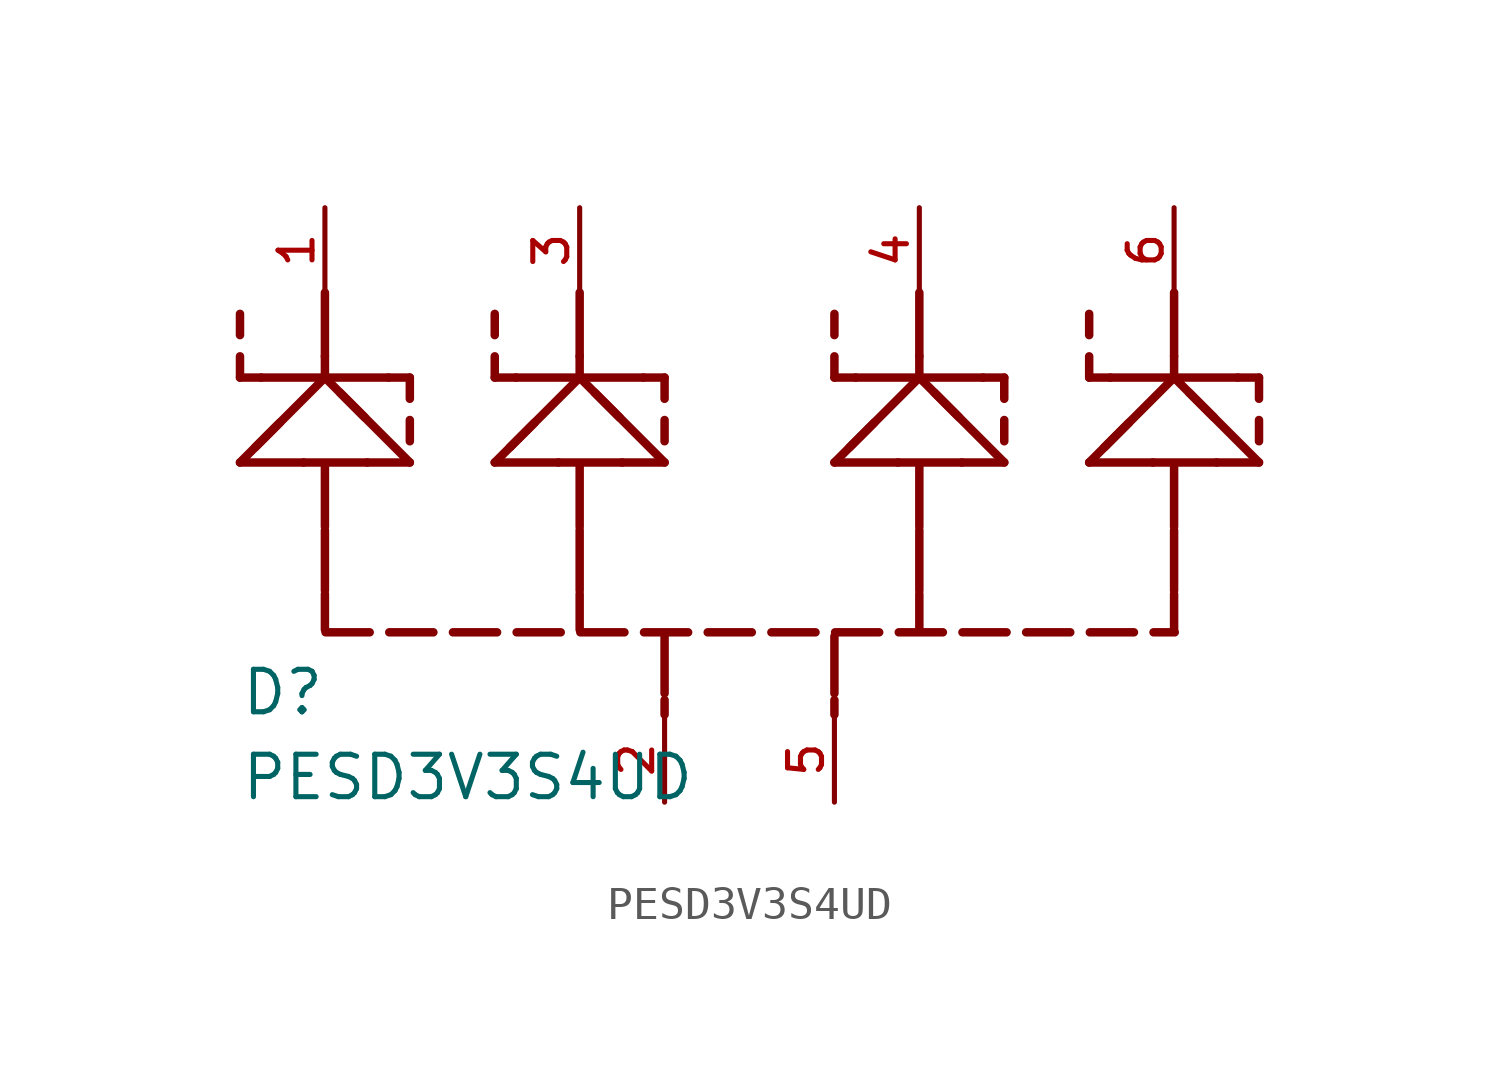
<source format=kicad_sym>
(kicad_symbol_lib
  (version 20211014)
  (generator kicad_symbol_editor)
  (symbol "PESD3V3S4UD"
    (pin_names
      (offset 1.016))
    (property "Reference" "D"
      (at -15.24 -7.62 0)
      (effects (font (size 1.27 1.27)) (justify bottom left)))
    (property "Value" "PESD3V3S4UD"
      (at -15.24 -10.16 0)
      (effects (font (size 1.27 1.27)) (justify bottom left)))
    (symbol "PESD3V3S4UD_0_0"
      (polyline (pts (xy -12.7 2.54) (xy -14.791 0.449)) (stroke (width 0.254)))
      (polyline (pts (xy -14.047 1.193) (xy -15.24 0.0)) (stroke (width 0.254)))
      (polyline (pts (xy -15.24 0.0) (xy -13.335 0.0)) (stroke (width 0.254)))
      (polyline (pts (xy -13.335 0.0) (xy -11.43 0.0)) (stroke (width 0.254)))
      (polyline (pts (xy -11.43 0.0) (xy -10.16 0.0)) (stroke (width 0.254)))
      (polyline (pts (xy -10.16 0.0) (xy -12.251 2.091)) (stroke (width 0.254)))
      (polyline (pts (xy -11.507 1.347) (xy -12.7 2.54)) (stroke (width 0.254)))
      (polyline (pts (xy -12.7 2.54) (xy -14.605 2.54)) (stroke (width 0.254)))
      (polyline (pts (xy -14.605 2.54) (xy -15.24 2.54)) (stroke (width 0.254)))
      (polyline (pts (xy -12.7 2.54) (xy -10.795 2.54)) (stroke (width 0.254)))
      (polyline (pts (xy -10.795 2.54) (xy -10.16 2.54)) (stroke (width 0.254)))
      (polyline (pts (xy -15.24 2.54) (xy -15.24 3.175)) (stroke (width 0.254)))
      (polyline (pts (xy -15.24 4.445) (xy -15.24 3.81)) (stroke (width 0.254)))
      (polyline (pts (xy -10.16 2.54) (xy -10.16 1.905)) (stroke (width 0.254)))
      (polyline (pts (xy -10.16 0.635) (xy -10.16 1.27)) (stroke (width 0.254)))
      (polyline (pts (xy -12.7 5.08) (xy -12.7 3.175)) (stroke (width 0.254)))
      (polyline (pts (xy -12.7 3.175) (xy -12.7 2.54)) (stroke (width 0.254)))
      (polyline (pts (xy -12.7 -0.12) (xy -12.7 -1.925)) (stroke (width 0.254)))
      (polyline (pts (xy -12.7 -2.025) (xy -12.7 -3.83)) (stroke (width 0.254)))
      (polyline (pts (xy -12.7 -3.93) (xy -12.7 -5.0)) (stroke (width 0.254)))
      (polyline (pts (xy -5.08 2.54) (xy -7.171 0.449)) (stroke (width 0.254)))
      (polyline (pts (xy -6.427 1.193) (xy -7.62 0.0)) (stroke (width 0.254)))
      (polyline (pts (xy -7.62 0.0) (xy -5.715 0.0)) (stroke (width 0.254)))
      (polyline (pts (xy -5.715 0.0) (xy -3.81 0.0)) (stroke (width 0.254)))
      (polyline (pts (xy -3.81 0.0) (xy -2.54 0.0)) (stroke (width 0.254)))
      (polyline (pts (xy -2.54 0.0) (xy -4.631 2.091)) (stroke (width 0.254)))
      (polyline (pts (xy -3.887 1.347) (xy -5.08 2.54)) (stroke (width 0.254)))
      (polyline (pts (xy -5.08 2.54) (xy -6.985 2.54)) (stroke (width 0.254)))
      (polyline (pts (xy -6.985 2.54) (xy -7.62 2.54)) (stroke (width 0.254)))
      (polyline (pts (xy -5.08 2.54) (xy -3.175 2.54)) (stroke (width 0.254)))
      (polyline (pts (xy -3.175 2.54) (xy -2.54 2.54)) (stroke (width 0.254)))
      (polyline (pts (xy -7.62 2.54) (xy -7.62 3.175)) (stroke (width 0.254)))
      (polyline (pts (xy -7.62 4.445) (xy -7.62 3.81)) (stroke (width 0.254)))
      (polyline (pts (xy -2.54 2.54) (xy -2.54 1.905)) (stroke (width 0.254)))
      (polyline (pts (xy -2.54 0.635) (xy -2.54 1.27)) (stroke (width 0.254)))
      (polyline (pts (xy -5.08 5.08) (xy -5.08 3.175)) (stroke (width 0.254)))
      (polyline (pts (xy -5.08 3.175) (xy -5.08 2.54)) (stroke (width 0.254)))
      (polyline (pts (xy -5.08 -0.12) (xy -5.08 -1.925)) (stroke (width 0.254)))
      (polyline (pts (xy -5.08 -2.025) (xy -5.08 -3.83)) (stroke (width 0.254)))
      (polyline (pts (xy -5.08 -3.93) (xy -5.08 -5.0)) (stroke (width 0.254)))
      (polyline (pts (xy 5.08 2.54) (xy 2.989 0.449)) (stroke (width 0.254)))
      (polyline (pts (xy 3.733 1.193) (xy 2.54 0.0)) (stroke (width 0.254)))
      (polyline (pts (xy 2.54 0.0) (xy 4.445 0.0)) (stroke (width 0.254)))
      (polyline (pts (xy 4.445 0.0) (xy 6.35 0.0)) (stroke (width 0.254)))
      (polyline (pts (xy 6.35 0.0) (xy 7.62 0.0)) (stroke (width 0.254)))
      (polyline (pts (xy 7.62 0.0) (xy 5.529 2.091)) (stroke (width 0.254)))
      (polyline (pts (xy 6.273 1.347) (xy 5.08 2.54)) (stroke (width 0.254)))
      (polyline (pts (xy 5.08 2.54) (xy 3.175 2.54)) (stroke (width 0.254)))
      (polyline (pts (xy 3.175 2.54) (xy 2.54 2.54)) (stroke (width 0.254)))
      (polyline (pts (xy 5.08 2.54) (xy 6.985 2.54)) (stroke (width 0.254)))
      (polyline (pts (xy 6.985 2.54) (xy 7.62 2.54)) (stroke (width 0.254)))
      (polyline (pts (xy 2.54 2.54) (xy 2.54 3.175)) (stroke (width 0.254)))
      (polyline (pts (xy 2.54 4.445) (xy 2.54 3.81)) (stroke (width 0.254)))
      (polyline (pts (xy 7.62 2.54) (xy 7.62 1.905)) (stroke (width 0.254)))
      (polyline (pts (xy 7.62 0.635) (xy 7.62 1.27)) (stroke (width 0.254)))
      (polyline (pts (xy 5.08 5.08) (xy 5.08 3.175)) (stroke (width 0.254)))
      (polyline (pts (xy 5.08 3.175) (xy 5.08 2.54)) (stroke (width 0.254)))
      (polyline (pts (xy 5.08 -0.12) (xy 5.08 -1.925)) (stroke (width 0.254)))
      (polyline (pts (xy 5.08 -2.025) (xy 5.08 -3.83)) (stroke (width 0.254)))
      (polyline (pts (xy 5.08 -3.93) (xy 5.08 -5.0)) (stroke (width 0.254)))
      (polyline (pts (xy 12.7 2.54) (xy 10.609 0.449)) (stroke (width 0.254)))
      (polyline (pts (xy 11.353 1.193) (xy 10.16 0.0)) (stroke (width 0.254)))
      (polyline (pts (xy 10.16 0.0) (xy 12.065 0.0)) (stroke (width 0.254)))
      (polyline (pts (xy 12.065 0.0) (xy 13.97 0.0)) (stroke (width 0.254)))
      (polyline (pts (xy 13.97 0.0) (xy 15.24 0.0)) (stroke (width 0.254)))
      (polyline (pts (xy 15.24 0.0) (xy 13.149 2.091)) (stroke (width 0.254)))
      (polyline (pts (xy 13.893 1.347) (xy 12.7 2.54)) (stroke (width 0.254)))
      (polyline (pts (xy 12.7 2.54) (xy 10.795 2.54)) (stroke (width 0.254)))
      (polyline (pts (xy 10.795 2.54) (xy 10.16 2.54)) (stroke (width 0.254)))
      (polyline (pts (xy 12.7 2.54) (xy 14.605 2.54)) (stroke (width 0.254)))
      (polyline (pts (xy 14.605 2.54) (xy 15.24 2.54)) (stroke (width 0.254)))
      (polyline (pts (xy 10.16 2.54) (xy 10.16 3.175)) (stroke (width 0.254)))
      (polyline (pts (xy 10.16 4.445) (xy 10.16 3.81)) (stroke (width 0.254)))
      (polyline (pts (xy 15.24 2.54) (xy 15.24 1.905)) (stroke (width 0.254)))
      (polyline (pts (xy 15.24 0.635) (xy 15.24 1.27)) (stroke (width 0.254)))
      (polyline (pts (xy 12.7 5.08) (xy 12.7 3.175)) (stroke (width 0.254)))
      (polyline (pts (xy 12.7 3.175) (xy 12.7 2.54)) (stroke (width 0.254)))
      (polyline (pts (xy 12.7 -0.12) (xy 12.7 -1.925)) (stroke (width 0.254)))
      (polyline (pts (xy 12.7 -2.025) (xy 12.7 -3.83)) (stroke (width 0.254)))
      (polyline (pts (xy 12.7 -3.93) (xy 12.7 -5.0)) (stroke (width 0.254)))
      (polyline (pts (xy -12.68 -5.08) (xy -11.361 -5.08)) (stroke (width 0.254)))
      (polyline (pts (xy -10.775 -5.08) (xy -9.456 -5.08)) (stroke (width 0.254)))
      (polyline (pts (xy -8.87 -5.08) (xy -7.551 -5.08)) (stroke (width 0.254)))
      (polyline (pts (xy -6.965 -5.08) (xy -5.646 -5.08)) (stroke (width 0.254)))
      (polyline (pts (xy -5.06 -5.08) (xy -3.741 -5.08)) (stroke (width 0.254)))
      (polyline (pts (xy -3.155 -5.08) (xy -1.836 -5.08)) (stroke (width 0.254)))
      (polyline (pts (xy -1.25 -5.08) (xy 0.069 -5.08)) (stroke (width 0.254)))
      (polyline (pts (xy 0.655 -5.08) (xy 1.974 -5.08)) (stroke (width 0.254)))
      (polyline (pts (xy 2.56 -5.08) (xy 3.879 -5.08)) (stroke (width 0.254)))
      (polyline (pts (xy 4.465 -5.08) (xy 5.784 -5.08)) (stroke (width 0.254)))
      (polyline (pts (xy 6.37 -5.08) (xy 7.689 -5.08)) (stroke (width 0.254)))
      (polyline (pts (xy 8.275 -5.08) (xy 9.594 -5.08)) (stroke (width 0.254)))
      (polyline (pts (xy 10.18 -5.08) (xy 11.499 -5.08)) (stroke (width 0.254)))
      (polyline (pts (xy 12.085 -5.08) (xy 12.72 -5.08)) (stroke (width 0.254)))
      (polyline (pts (xy -2.54 -5.2) (xy -2.54 -6.905)) (stroke (width 0.254)))
      (polyline (pts (xy -2.54 -7.105) (xy -2.54 -7.54)) (stroke (width 0.254)))
      (polyline (pts (xy 2.54 -5.2) (xy 2.54 -6.905)) (stroke (width 0.254)))
      (polyline (pts (xy 2.54 -7.105) (xy 2.54 -7.54)) (stroke (width 0.254)))
      (pin bidirectional line (at -12.7 7.62 270.0) (length 2.54) (name "~" (effects (font (size 1.016 1.016)))) (number "1" (effects (font (size 1.016 1.016)))))
      (pin bidirectional line (at -5.08 7.62 270.0) (length 2.54) (name "~" (effects (font (size 1.016 1.016)))) (number "3" (effects (font (size 1.016 1.016)))))
      (pin bidirectional line (at 5.08 7.62 270.0) (length 2.54) (name "~" (effects (font (size 1.016 1.016)))) (number "4" (effects (font (size 1.016 1.016)))))
      (pin bidirectional line (at 12.7 7.62 270.0) (length 2.54) (name "~" (effects (font (size 1.016 1.016)))) (number "6" (effects (font (size 1.016 1.016)))))
      (pin bidirectional line (at -2.54 -10.16 90.0) (length 2.54) (name "~" (effects (font (size 1.016 1.016)))) (number "2" (effects (font (size 1.016 1.016)))))
      (pin bidirectional line (at 2.54 -10.16 90.0) (length 2.54) (name "~" (effects (font (size 1.016 1.016)))) (number "5" (effects (font (size 1.016 1.016))))))))
</source>
